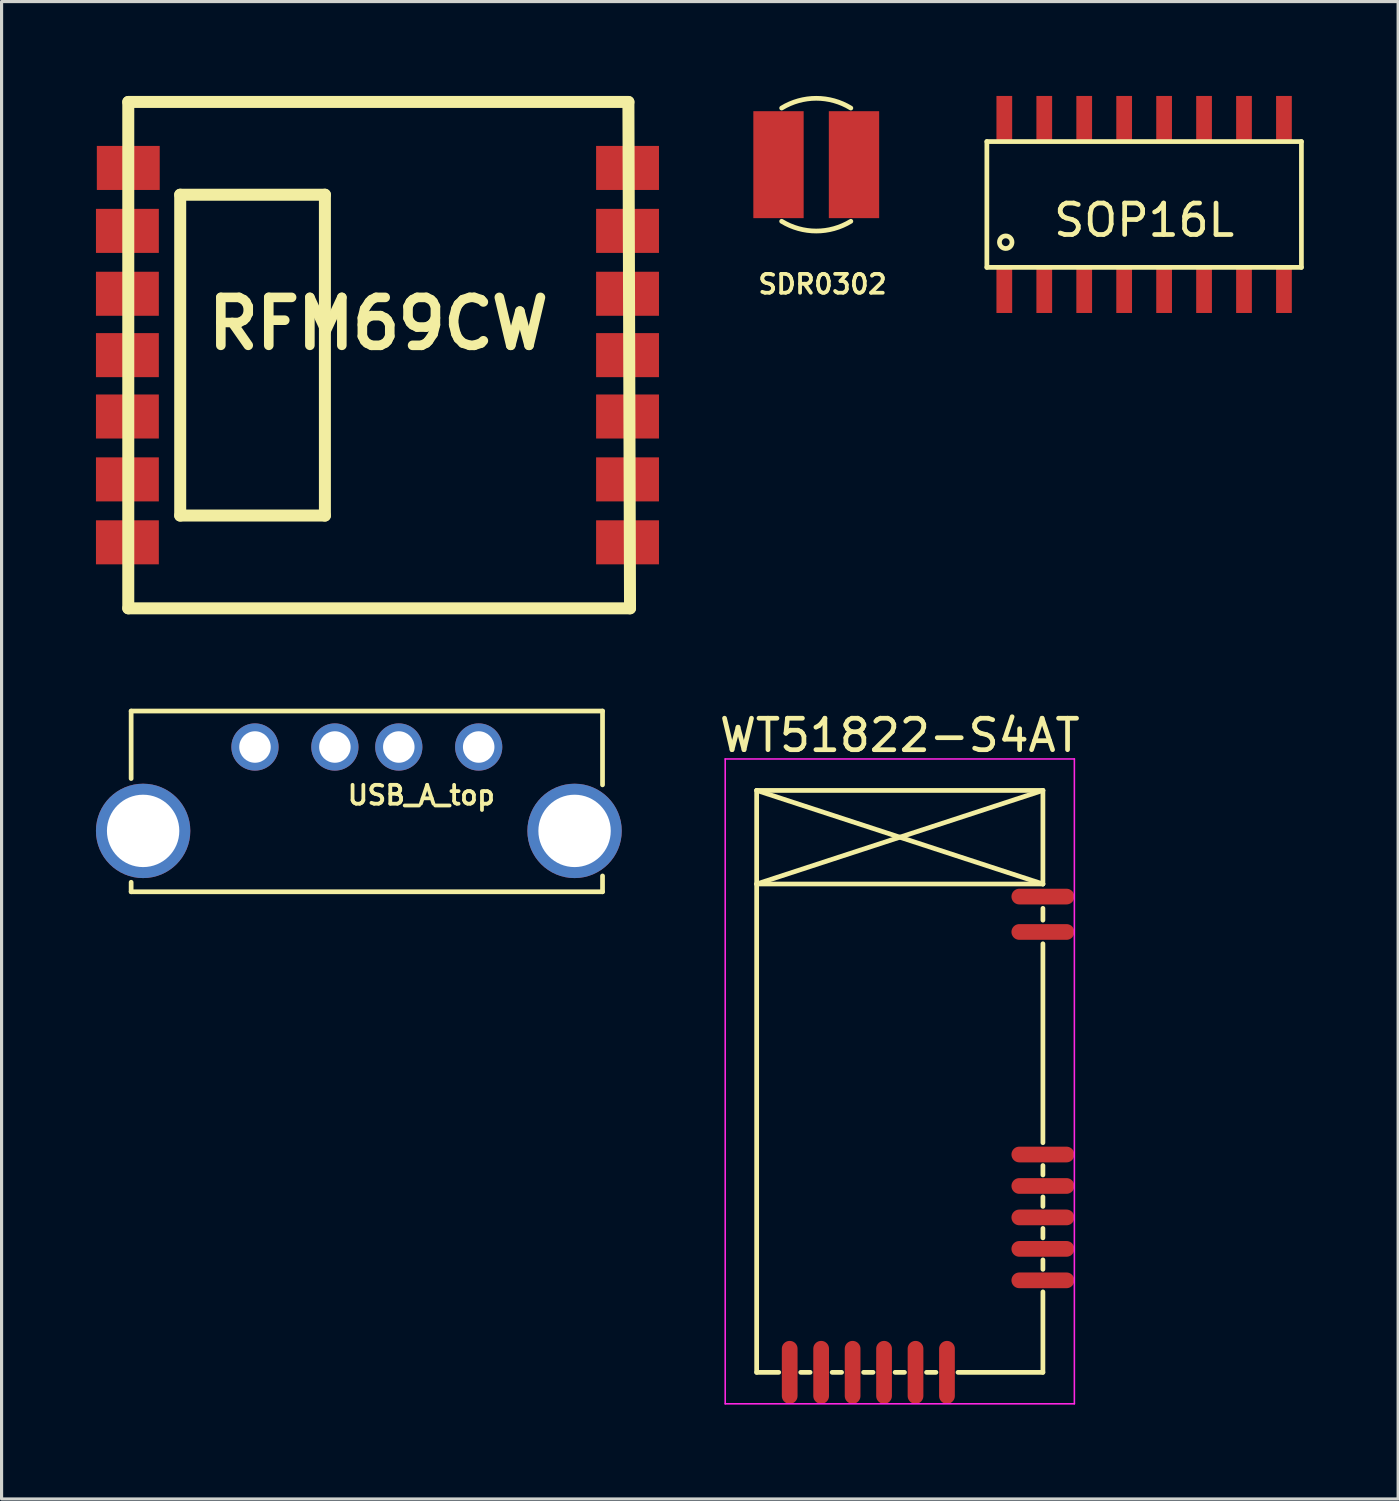
<source format=kicad_pcb>
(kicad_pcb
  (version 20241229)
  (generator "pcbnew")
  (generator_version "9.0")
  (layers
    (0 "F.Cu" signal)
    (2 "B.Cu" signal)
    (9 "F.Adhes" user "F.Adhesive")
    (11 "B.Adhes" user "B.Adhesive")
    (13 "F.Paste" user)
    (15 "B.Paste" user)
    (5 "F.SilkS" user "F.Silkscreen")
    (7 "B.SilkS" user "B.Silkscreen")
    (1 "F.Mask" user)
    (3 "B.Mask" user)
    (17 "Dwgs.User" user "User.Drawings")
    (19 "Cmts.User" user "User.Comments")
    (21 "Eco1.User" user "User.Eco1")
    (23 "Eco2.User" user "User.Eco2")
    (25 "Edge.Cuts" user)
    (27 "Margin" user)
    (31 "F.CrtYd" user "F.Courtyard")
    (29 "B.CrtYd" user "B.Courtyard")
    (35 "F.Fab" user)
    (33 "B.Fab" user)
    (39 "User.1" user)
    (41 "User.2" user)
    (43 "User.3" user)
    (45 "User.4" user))
  (footprint "SOP16L"
    (layer "F.Cu")
    (at 33.323 3.45)
    (property "Reference" "SOP16L" (at 0 0.5 0) (layer "F.SilkS") (effects (font (size 1 1) (thickness 0.15))))
    (attr through_hole)
    (fp_line (start -5 -2) (end 5 -2) (stroke (width 0.15) (type solid)) (layer "F.SilkS"))
    (fp_line (start -5 2) (end -5 -2) (stroke (width 0.15) (type solid)) (layer "F.SilkS"))
    (fp_line (start 5 -2) (end 5 2) (stroke (width 0.15) (type solid)) (layer "F.SilkS"))
    (fp_line (start 5 2) (end -5 2) (stroke (width 0.15) (type solid)) (layer "F.SilkS"))
    (fp_circle (center -4.4 1.2) (end -4.4 1.4) (stroke (width 0.15) (type solid)) (fill no) (layer "F.SilkS"))
    (pad "1" smd rect (at -4.445 2.7) (size 0.5 1.5) (layers "F.Cu" "F.Mask" "F.Paste"))
    (pad "2" smd rect (at -3.175 2.7) (size 0.5 1.5) (layers "F.Cu" "F.Mask" "F.Paste"))
    (pad "3" smd rect (at -1.905 2.7) (size 0.5 1.5) (layers "F.Cu" "F.Mask" "F.Paste"))
    (pad "4" smd rect (at -0.635 2.7) (size 0.5 1.5) (layers "F.Cu" "F.Mask" "F.Paste"))
    (pad "5" smd rect (at 0.635 2.7) (size 0.5 1.5) (layers "F.Cu" "F.Mask" "F.Paste"))
    (pad "6" smd rect (at 1.905 2.7) (size 0.5 1.5) (layers "F.Cu" "F.Mask" "F.Paste"))
    (pad "7" smd rect (at 3.175 2.7) (size 0.5 1.5) (layers "F.Cu" "F.Mask" "F.Paste"))
    (pad "8" smd rect (at 4.445 2.7) (size 0.5 1.5) (layers "F.Cu" "F.Mask" "F.Paste"))
    (pad "9" smd rect (at 4.445 -2.7) (size 0.5 1.5) (layers "F.Cu" "F.Mask" "F.Paste"))
    (pad "10" smd rect (at 3.175 -2.7) (size 0.5 1.5) (layers "F.Cu" "F.Mask" "F.Paste"))
    (pad "11" smd rect (at 1.905 -2.7) (size 0.5 1.5) (layers "F.Cu" "F.Mask" "F.Paste"))
    (pad "12" smd rect (at 0.635 -2.7) (size 0.5 1.5) (layers "F.Cu" "F.Mask" "F.Paste"))
    (pad "13" smd rect (at -0.635 -2.7) (size 0.5 1.5) (layers "F.Cu" "F.Mask" "F.Paste"))
    (pad "14" smd rect (at -1.905 -2.7) (size 0.5 1.5) (layers "F.Cu" "F.Mask" "F.Paste"))
    (pad "15" smd rect (at -3.175 -2.7) (size 0.5 1.5) (layers "F.Cu" "F.Mask" "F.Paste"))
    (pad "16" smd rect (at -4.445 -2.7) (size 0.5 1.5) (layers "F.Cu" "F.Mask" "F.Paste")))
  (footprint "USB_A_top"
    (layer "F.Cu")
    (at 5.055 20.7)
    (property "Reference" "USB_A_top" (at 5.289 1.529 0) (layer "F.SilkS") (effects (font (size 0.6 0.6) (thickness 0.12))))
    (attr through_hole)
    (fp_line (start -3.936 1.001) (end -3.936 -1.145) (stroke (width 0.15) (type solid)) (layer "F.SilkS"))
    (fp_line (start -3.936 4.6) (end -3.936 4.298) (stroke (width 0.15) (type solid)) (layer "F.SilkS"))
    (fp_line (start 11.05 -1.145) (end -3.936 -1.145) (stroke (width 0.15) (type solid)) (layer "F.SilkS"))
    (fp_line (start 11.05 1.201) (end 11.05 -1.145) (stroke (width 0.15) (type solid)) (layer "F.SilkS"))
    (fp_line (start 11.05 4.6) (end -3.936 4.6) (stroke (width 0.15) (type solid)) (layer "F.SilkS"))
    (fp_line (start 11.05 4.6) (end 11.05 4.097) (stroke (width 0.15) (type solid)) (layer "F.SilkS"))
    (pad "1" thru_hole circle (at 0.001 -0.002 270) (size 1.501 1.501) (drill 1.001) (layers "*.Cu" "*.Mask"))
    (pad "2" thru_hole circle (at 2.541 -0.002 270) (size 1.501 1.501) (drill 1.001) (layers "*.Cu" "*.Mask"))
    (pad "3" thru_hole circle (at 4.573 -0.002 270) (size 1.501 1.501) (drill 1.001) (layers "*.Cu" "*.Mask"))
    (pad "4" thru_hole circle (at 7.113 -0.002 270) (size 1.501 1.501) (drill 1.001) (layers "*.Cu" "*.Mask"))
    (pad "5" thru_hole circle (at -3.555 2.665 270) (size 3 3) (drill 2.301) (layers "*.Cu" "*.Mask"))
    (pad "5" thru_hole circle (at 10.161 2.665 270) (size 3 3) (drill 2.301) (layers "*.Cu" "*.Mask")))
  (footprint "SDR0302"
    (layer "F.Cu")
    (at 22.899 2.185)
    (property "Reference" "SDR0302" (at 0.2 3.8 0) (layer "F.SilkS") (effects (font (size 0.6 0.6) (thickness 0.12))))
    (attr smd)
    (fp_arc (start -1.1 -1.8) (mid 0 -2.109502) (end 1.1 -1.8) (stroke (width 0.15) (type solid)) (layer "F.SilkS"))
    (fp_arc (start 1.1 1.8) (mid 0 2.109502) (end -1.1 1.8) (stroke (width 0.15) (type solid)) (layer "F.SilkS"))
    (pad "1" smd rect (at -1.2 0) (size 1.6 3.4) (layers "F.Cu" "F.Mask" "F.Paste"))
    (pad "2" smd rect (at 1.2 0) (size 1.6 3.4) (layers "F.Cu" "F.Mask" "F.Paste")))
  (footprint "RFM69CW"
    (layer "F.Cu")
    (at 8.978 8.24)
    (property "Reference" "RFM69CW" (at 0 -1.001 0) (layer "F.SilkS") (effects (font (size 1.524 1.524) (thickness 0.305))))
    (attr through_hole)
    (fp_line (start -7.95 -8.049) (end 7.95 -8.049) (stroke (width 0.381) (type solid)) (layer "F.SilkS"))
    (fp_line (start -7.95 8.049) (end -7.95 -8.049) (stroke (width 0.381) (type solid)) (layer "F.SilkS"))
    (fp_line (start -6.299 -5.1) (end -1.699 -5.1) (stroke (width 0.381) (type solid)) (layer "F.SilkS"))
    (fp_line (start -6.299 5.1) (end -6.299 -5.1) (stroke (width 0.381) (type solid)) (layer "F.SilkS"))
    (fp_line (start -1.699 -5.1) (end -1.699 5.1) (stroke (width 0.381) (type solid)) (layer "F.SilkS"))
    (fp_line (start -1.699 5.1) (end -6.299 5.1) (stroke (width 0.381) (type solid)) (layer "F.SilkS"))
    (fp_line (start 7.95 -8.049) (end 8.001 8.049) (stroke (width 0.381) (type solid)) (layer "F.SilkS"))
    (fp_line (start 8.001 8.049) (end -7.95 8.049) (stroke (width 0.381) (type solid)) (layer "F.SilkS"))
    (pad "1" smd rect (at -7.95 -5.951) (size 1.999 1.4) (layers "F.Cu" "F.Mask" "F.Paste"))
    (pad "2" smd rect (at -7.978 -3.95) (size 1.999 1.4) (layers "F.Cu" "F.Mask" "F.Paste"))
    (pad "3" smd rect (at -7.978 -1.951) (size 1.999 1.4) (layers "F.Cu" "F.Mask" "F.Paste"))
    (pad "4" smd rect (at -7.978 0) (size 1.999 1.4) (layers "F.Cu" "F.Mask" "F.Paste"))
    (pad "5" smd rect (at -7.978 1.951) (size 1.999 1.4) (layers "F.Cu" "F.Mask" "F.Paste"))
    (pad "6" smd rect (at -7.978 3.95) (size 1.999 1.4) (layers "F.Cu" "F.Mask" "F.Paste"))
    (pad "7" smd rect (at -7.978 5.951) (size 1.999 1.4) (layers "F.Cu" "F.Mask" "F.Paste"))
    (pad "8" smd rect (at 7.922 5.951) (size 1.999 1.4) (layers "F.Cu" "F.Mask" "F.Paste"))
    (pad "9" smd rect (at 7.922 3.95) (size 1.999 1.4) (layers "F.Cu" "F.Mask" "F.Paste"))
    (pad "10" smd rect (at 7.922 1.951) (size 1.999 1.4) (layers "F.Cu" "F.Mask" "F.Paste"))
    (pad "11" smd rect (at 7.922 0) (size 1.999 1.4) (layers "F.Cu" "F.Mask" "F.Paste"))
    (pad "12" smd rect (at 7.922 -1.951) (size 1.999 1.4) (layers "F.Cu" "F.Mask" "F.Paste"))
    (pad "13" smd rect (at 7.922 -3.95) (size 1.999 1.4) (layers "F.Cu" "F.Mask" "F.Paste"))
    (pad "14" smd rect (at 7.922 -5.951) (size 1.999 1.4) (layers "F.Cu" "F.Mask" "F.Paste")))
  (footprint "WT51822-S4AT"
    (layer "F.Cu")
    (at 25.555 31.328)
    (property "Reference" "WT51822-S4AT" (at 0 -11 0) (layer "F.SilkS") (effects (font (size 1 1) (thickness 0.15))))
    (attr smd)
    (fp_line (start -4.55 -9.25) (end -4.55 9.25) (stroke (width 0.15) (type solid)) (layer "F.SilkS"))
    (fp_line (start -4.55 -6.275) (end 4.55 -9.25) (stroke (width 0.15) (type solid)) (layer "F.SilkS"))
    (fp_line (start -4.55 9.25) (end -3.848 9.25) (stroke (width 0.15) (type solid)) (layer "F.SilkS"))
    (fp_line (start -3.15 9.25) (end -2.85 9.25) (stroke (width 0.15) (type solid)) (layer "F.SilkS"))
    (fp_line (start -2.15 9.25) (end -1.85 9.25) (stroke (width 0.15) (type solid)) (layer "F.SilkS"))
    (fp_line (start -1.15 9.25) (end -0.85 9.25) (stroke (width 0.15) (type solid)) (layer "F.SilkS"))
    (fp_line (start -0.15 9.25) (end 0.15 9.25) (stroke (width 0.15) (type solid)) (layer "F.SilkS"))
    (fp_line (start 0.85 9.25) (end 1.15 9.25) (stroke (width 0.15) (type solid)) (layer "F.SilkS"))
    (fp_line (start 1.85 9.25) (end 4.55 9.25) (stroke (width 0.15) (type solid)) (layer "F.SilkS"))
    (fp_line (start 4.55 -9.25) (end -4.55 -9.25) (stroke (width 0.15) (type solid)) (layer "F.SilkS"))
    (fp_line (start 4.55 -6.275) (end -4.55 -9.25) (stroke (width 0.15) (type solid)) (layer "F.SilkS"))
    (fp_line (start 4.55 -6.274) (end 4.55 -9.25) (stroke (width 0.15) (type solid)) (layer "F.SilkS"))
    (fp_line (start 4.55 -5.125) (end 4.55 -5.501) (stroke (width 0.15) (type solid)) (layer "F.SilkS"))
    (fp_line (start 4.55 1.95) (end 4.55 -4.375) (stroke (width 0.15) (type solid)) (layer "F.SilkS"))
    (fp_line (start 4.55 2.975) (end 4.55 2.675) (stroke (width 0.15) (type solid)) (layer "F.SilkS"))
    (fp_line (start 4.55 3.975) (end 4.55 3.675) (stroke (width 0.15) (type solid)) (layer "F.SilkS"))
    (fp_line (start 4.55 4.975) (end 4.55 4.675) (stroke (width 0.15) (type solid)) (layer "F.SilkS"))
    (fp_line (start 4.55 5.975) (end 4.55 5.675) (stroke (width 0.15) (type solid)) (layer "F.SilkS"))
    (fp_line (start 4.55 9.25) (end 4.55 6.692) (stroke (width 0.15) (type solid)) (layer "F.SilkS"))
    (fp_line (start 4.55 -6.275) (end -4.55 -6.275) (stroke (width 0.15) (type solid)) (layer "F.SilkS"))
    (fp_line (start -5.55 -10.25) (end 5.55 -10.25) (stroke (width 0.05) (type solid)) (layer "F.CrtYd"))
    (fp_line (start -5.55 10.25) (end -5.55 -10.25) (stroke (width 0.05) (type solid)) (layer "F.CrtYd"))
    (fp_line (start 5.55 -10.25) (end 5.55 10.25) (stroke (width 0.05) (type solid)) (layer "F.CrtYd"))
    (fp_line (start 5.55 10.25) (end -5.55 10.25) (stroke (width 0.05) (type solid)) (layer "F.CrtYd"))
    (pad "1" smd oval (at -3.5 9.25) (size 0.5 2) (layers "F.Cu" "F.Mask" "F.Paste"))
    (pad "2" smd oval (at -2.5 9.25) (size 0.5 2) (layers "F.Cu" "F.Mask" "F.Paste"))
    (pad "3" smd oval (at -1.5 9.25) (size 0.5 2) (layers "F.Cu" "F.Mask" "F.Paste"))
    (pad "4" smd oval (at -0.5 9.25) (size 0.5 2) (layers "F.Cu" "F.Mask" "F.Paste"))
    (pad "5" smd oval (at 0.5 9.25) (size 0.5 2) (layers "F.Cu" "F.Mask" "F.Paste"))
    (pad "6" smd oval (at 1.5 9.25) (size 0.5 2) (layers "F.Cu" "F.Mask" "F.Paste"))
    (pad "7" smd oval (at 4.55 6.325 90) (size 0.5 2) (layers "F.Cu" "F.Mask" "F.Paste"))
    (pad "8" smd oval (at 4.55 5.325 90) (size 0.5 2) (layers "F.Cu" "F.Mask" "F.Paste"))
    (pad "9" smd oval (at 4.55 4.325 90) (size 0.5 2) (layers "F.Cu" "F.Mask" "F.Paste"))
    (pad "10" smd oval (at 4.55 3.325 90) (size 0.5 2) (layers "F.Cu" "F.Mask" "F.Paste"))
    (pad "11" smd oval (at 4.55 2.325 90) (size 0.5 2) (layers "F.Cu" "F.Mask" "F.Paste"))
    (pad "12" smd oval (at 4.55 -4.75 90) (size 0.5 2) (layers "F.Cu" "F.Mask" "F.Paste"))
    (pad "13" smd oval (at 4.55 -5.875 90) (size 0.5 2) (layers "F.Cu" "F.Mask" "F.Paste")))
  (gr_rect
    (start -3 -3)
    (end 41.398 44.603)
    (stroke (width 0.1) (type default))
    (fill no)
    (layer "Edge.Cuts")))
</source>
